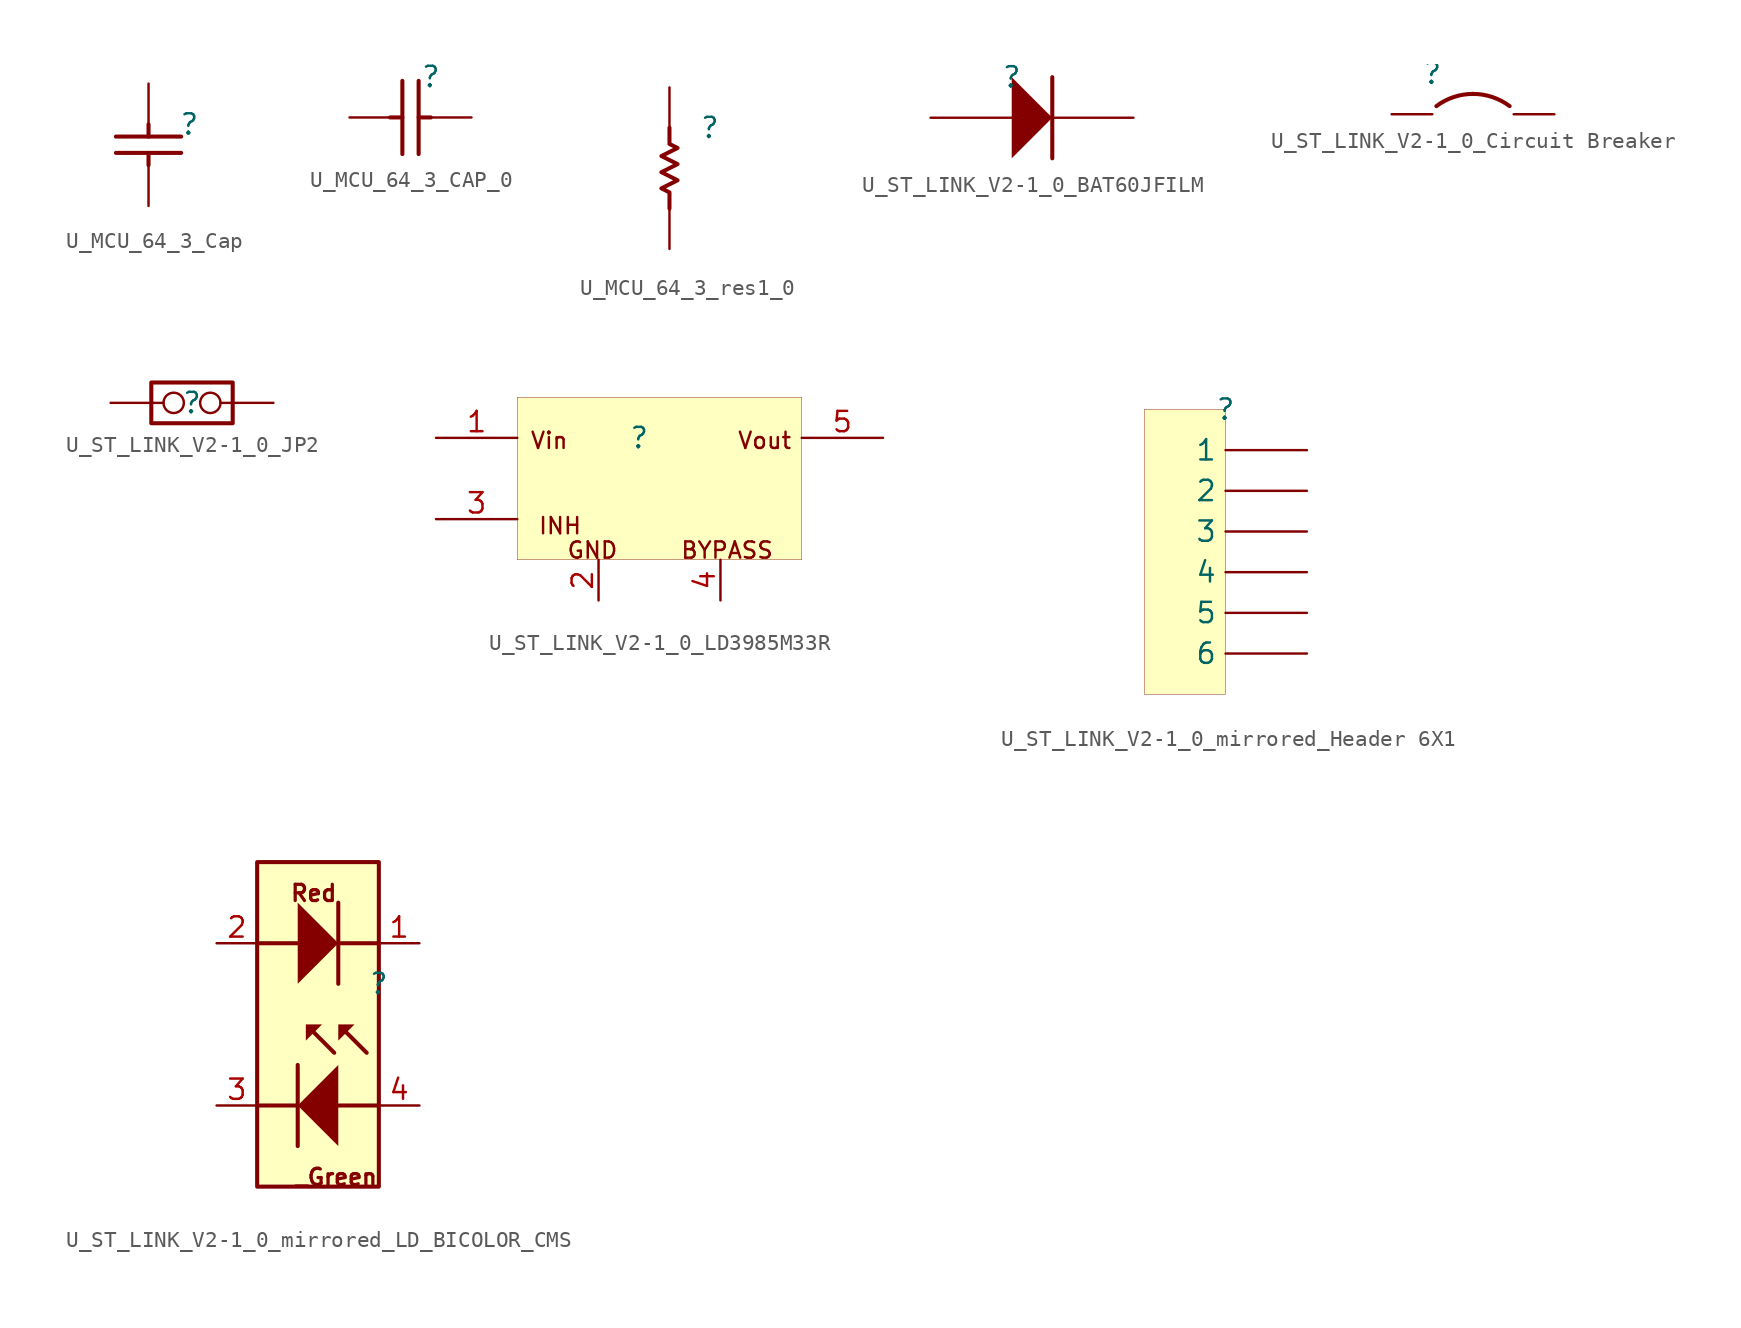
<source format=kicad_sym>
(kicad_symbol_lib
  (version 20231120)
  (generator "kicad_symbol_editor")
  (generator_version "8.0")
  (symbol "U_MCU_64_3_Cap"
    (property "Reference" ""
      (at 0 0 0)
      (effects (font (size 1.27 1.27))))
    (property "Value" ""
      (at 0 0 0)
      (effects (font (size 1.27 1.27))))
    (symbol "U_MCU_64_3_Cap_1_0"
      (polyline (pts (xy -4.572 -0.762) (xy -0.508 -0.762)) (stroke (width 0.254) (type solid)) (fill (type none)))
      (polyline (pts (xy -2.54 -2.54) (xy -2.54 -1.778)) (stroke (width 0.254) (type solid)) (fill (type none)))
      (polyline (pts (xy -2.54 0) (xy -2.54 -0.762)) (stroke (width 0.254) (type solid)) (fill (type none)))
      (polyline (pts (xy -0.508 -1.778) (xy -4.572 -1.778)) (stroke (width 0.254) (type solid)) (fill (type none)))
      (pin passive line (at -2.54 2.54 270) (length 2.54) (name "1" (effects (font (size 0 0)))) (number "1" (effects (font (size 0 0)))))
      (pin passive line (at -2.54 -5.08 90) (length 2.54) (name "2" (effects (font (size 0 0)))) (number "2" (effects (font (size 0 0)))))))
  (symbol "U_MCU_64_3_CAP_0"
    (property "Reference" ""
      (at 0 0 0)
      (effects (font (size 1.27 1.27))))
    (property "Value" ""
      (at 0 0 0)
      (effects (font (size 1.27 1.27))))
    (symbol "U_MCU_64_3_CAP_0_1_0"
      (polyline (pts (xy -1.778 -2.54) (xy -2.54 -2.54)) (stroke (width 0.254) (type solid)) (fill (type none)))
      (polyline (pts (xy -1.778 -0.254) (xy -1.778 -4.826)) (stroke (width 0.254) (type solid)) (fill (type none)))
      (polyline (pts (xy -0.762 -0.254) (xy -0.762 -4.826)) (stroke (width 0.254) (type solid)) (fill (type none)))
      (polyline (pts (xy 0 -2.54) (xy -0.762 -2.54)) (stroke (width 0.254) (type solid)) (fill (type none)))
      (pin passive line (at 2.54 -2.54 180) (length 2.54) (name "1" (effects (font (size 0 0)))) (number "1" (effects (font (size 0 0)))))
      (pin passive line (at -5.08 -2.54 0) (length 2.54) (name "2" (effects (font (size 0 0)))) (number "2" (effects (font (size 0 0)))))))
  (symbol "U_MCU_64_3_res1_0"
    (property "Reference" ""
      (at 0 0 0)
      (effects (font (size 1.27 1.27))))
    (property "Value" ""
      (at 0 0 0)
      (effects (font (size 1.27 1.27))))
    (symbol "U_MCU_64_3_res1_0_1_0"
      (polyline (pts (xy -2.54 -5.08) (xy -2.54 -4.064) (xy -3.048 -3.81) (xy -2.032 -3.302) (xy -3.048 -2.794) (xy -2.032 -2.286) (xy -3.048 -1.778) (xy -2.032 -1.27) (xy -2.54 -1.016) (xy -2.54 0)) (stroke (width 0.254) (type solid)) (fill (type none)))
      (pin passive line (at -2.54 2.54 270) (length 2.54) (name "1" (effects (font (size 0 0)))) (number "1" (effects (font (size 0 0)))))
      (pin passive line (at -2.54 -7.62 90) (length 2.54) (name "2" (effects (font (size 0 0)))) (number "2" (effects (font (size 0 0)))))))
  (symbol "U_ST_LINK_V2-1_0_BAT60JFILM"
    (property "Reference" ""
      (at 0 0 0)
      (effects (font (size 1.27 1.27))))
    (property "Value" ""
      (at 0 0 0)
      (effects (font (size 1.27 1.27))))
    (symbol "U_ST_LINK_V2-1_0_BAT60JFILM_1_0"
      (polyline (pts (xy 2.54 0) (xy 2.54 -5.08)) (stroke (width 0.254) (type solid)) (fill (type none)))
      (polyline (pts (xy 0 -5.08) (xy 2.54 -2.54) (xy 0 0) (xy 0 -5.08)) (stroke (width -0.0001) (type solid)) (fill (type outline)))
      (pin passive line (at -5.08 -2.54 0) (length 5.08) (name "A" (effects (font (size 0 0)))) (number "1" (effects (font (size 0 0)))))
      (pin passive line (at 7.62 -2.54 180) (length 5.08) (name "K" (effects (font (size 0 0)))) (number "2" (effects (font (size 0 0)))))))
  (symbol "U_ST_LINK_V2-1_0_Circuit Breaker"
    (property "Reference" ""
      (at 0 0 0)
      (effects (font (size 1.27 1.27))))
    (property "Value" ""
      (at 0 0 0)
      (effects (font (size 1.27 1.27))))
    (symbol "U_ST_LINK_V2-1_0_Circuit Breaker_1_0"
      (arc (start 2.54 -1.27) (mid 1.3352 -1.4655) (end 0.254 -2.032) (stroke (width 0.254) (type solid)) (fill (type none)))
      (arc (start 4.826 -2.032) (mid 3.7448 -1.4655) (end 2.54 -1.27) (stroke (width 0.254) (type solid)) (fill (type none)))
      (pin passive line (at -2.54 -2.54 0) (length 2.54) (name "1" (effects (font (size 0 0)))) (number "1" (effects (font (size 0 0)))))
      (pin passive line (at 7.62 -2.54 180) (length 2.54) (name "2" (effects (font (size 0 0)))) (number "2" (effects (font (size 0 0)))))))
  (symbol "U_ST_LINK_V2-1_0_JP2"
    (property "Reference" ""
      (at 0 0 0)
      (effects (font (size 1.27 1.27))))
    (property "Value" ""
      (at 0 0 0)
      (effects (font (size 1.27 1.27))))
    (symbol "U_ST_LINK_V2-1_0_JP2_1_0"
      (polyline (pts (xy -2.54 1.27) (xy 2.54 1.27) (xy 2.54 -1.27) (xy -2.54 -1.27) (xy -2.54 1.27)) (stroke (width 0.254) (type solid)) (fill (type none)))
      (pin passive inverted (at -5.08 0 0) (length 4.572) (name "COMMON" (effects (font (size 0 0)))) (number "1" (effects (font (size 0 0)))))
      (pin passive inverted (at 5.08 0 180) (length 4.572) (name "NO" (effects (font (size 0 0)))) (number "2" (effects (font (size 0 0)))))))
  (symbol "U_ST_LINK_V2-1_0_LD3985M33R"
    (property "Reference" ""
      (at 0 0 0)
      (effects (font (size 1.27 1.27))))
    (property "Value" ""
      (at 0 0 0)
      (effects (font (size 1.27 1.27))))
    (symbol "U_ST_LINK_V2-1_0_LD3985M33R_1_0"
      (rectangle (start 10.16 2.54) (end -7.62 -7.62) (stroke (width 0.025) (type solid) (color 128 0 0 1)) (fill (type background)))
      (text "BYPASS" (at 2.54 -7.62 0) (effects (font (size 1.016 1.016)) (justify left bottom)))
      (text "GND" (at -4.572 -7.62 0) (effects (font (size 1.016 1.016)) (justify left bottom)))
      (text "INH" (at -6.35 -6.096 0) (effects (font (size 1.016 1.016)) (justify left bottom)))
      (text "Vin" (at -6.858 -0.762 0) (effects (font (size 1.016 1.016)) (justify left bottom)))
      (text "Vout" (at 6.096 -0.762 0) (effects (font (size 1.016 1.016)) (justify left bottom)))
      (pin passive line (at -12.7 0 0) (length 5.08) (name "Vin" (effects (font (size 0 0)))) (number "1" (effects (font (size 1.27 1.27)))))
      (pin passive line (at -2.54 -10.16 90) (length 2.54) (name "GND" (effects (font (size 0 0)))) (number "2" (effects (font (size 1.27 1.27)))))
      (pin passive line (at -12.7 -5.08 0) (length 5.08) (name "CE" (effects (font (size 0 0)))) (number "3" (effects (font (size 1.27 1.27)))))
      (pin passive line (at 5.08 -10.16 90) (length 2.54) (name "BYPASS" (effects (font (size 0 0)))) (number "4" (effects (font (size 1.27 1.27)))))
      (pin passive line (at 15.24 0 180) (length 5.08) (name "Vout" (effects (font (size 0 0)))) (number "5" (effects (font (size 1.27 1.27)))))))
  (symbol "U_ST_LINK_V2-1_0_mirrored_Header 6X1"
    (property "Reference" ""
      (at 0 0 0)
      (effects (font (size 1.27 1.27))))
    (property "Value" ""
      (at 0 0 0)
      (effects (font (size 1.27 1.27))))
    (symbol "U_ST_LINK_V2-1_0_mirrored_Header 6X1_1_0"
      (rectangle (start 0 0) (end -5.08 -17.78) (stroke (width 0.025) (type solid) (color 128 0 0 1)) (fill (type background)))
      (pin passive line (at 5.08 -2.54 180) (length 5.08) (name "1" (effects (font (size 1.27 1.27)))) (number "1" (effects (font (size 0 0)))))
      (pin passive line (at 5.08 -5.08 180) (length 5.08) (name "2" (effects (font (size 1.27 1.27)))) (number "2" (effects (font (size 0 0)))))
      (pin passive line (at 5.08 -7.62 180) (length 5.08) (name "3" (effects (font (size 1.27 1.27)))) (number "3" (effects (font (size 0 0)))))
      (pin passive line (at 5.08 -10.16 180) (length 5.08) (name "4" (effects (font (size 1.27 1.27)))) (number "4" (effects (font (size 0 0)))))
      (pin passive line (at 5.08 -12.7 180) (length 5.08) (name "5" (effects (font (size 1.27 1.27)))) (number "5" (effects (font (size 0 0)))))
      (pin passive line (at 5.08 -15.24 180) (length 5.08) (name "6" (effects (font (size 1.27 1.27)))) (number "6" (effects (font (size 0 0)))))))
  (symbol "U_ST_LINK_V2-1_0_mirrored_LD_BICOLOR_CMS"
    (property "Reference" ""
      (at 0 0 0)
      (effects (font (size 1.27 1.27))))
    (property "Value" ""
      (at 0 0 0)
      (effects (font (size 1.27 1.27))))
    (symbol "U_ST_LINK_V2-1_0_mirrored_LD_BICOLOR_CMS_1_0"
      (polyline (pts (xy -5.08 -7.62) (xy -7.62 -7.62)) (stroke (width 0.254) (type solid)) (fill (type none)))
      (polyline (pts (xy -5.08 -5.08) (xy -5.08 -10.16)) (stroke (width 0.254) (type solid)) (fill (type none)))
      (polyline (pts (xy -5.08 2.54) (xy -7.62 2.54)) (stroke (width 0.254) (type solid)) (fill (type none)))
      (polyline (pts (xy -4.064 -3.048) (xy -2.794 -4.318)) (stroke (width 0.254) (type solid)) (fill (type none)))
      (polyline (pts (xy -2.54 5.08) (xy -2.54 0)) (stroke (width 0.254) (type solid)) (fill (type none)))
      (polyline (pts (xy -2.032 -3.048) (xy -0.762 -4.318)) (stroke (width 0.254) (type solid)) (fill (type none)))
      (polyline (pts (xy 0 -7.62) (xy -2.54 -7.62)) (stroke (width 0.254) (type solid)) (fill (type none)))
      (polyline (pts (xy 0 2.54) (xy -2.54 2.54)) (stroke (width 0.254) (type solid)) (fill (type none)))
      (polyline (pts (xy -5.08 5.08) (xy -5.08 0) (xy -2.54 2.54) (xy -5.08 5.08) (xy -5.08 5.08)) (stroke (width -0.0001) (type solid)) (fill (type outline)))
      (polyline (pts (xy -4.572 -2.54) (xy -3.556 -2.54) (xy -4.572 -3.556) (xy -4.572 -2.54) (xy -4.572 -2.54)) (stroke (width -0.0001) (type solid)) (fill (type outline)))
      (polyline (pts (xy -2.54 -5.08) (xy -2.54 -10.16) (xy -5.08 -7.62) (xy -2.54 -5.08) (xy -2.54 -5.08)) (stroke (width -0.0001) (type solid)) (fill (type outline)))
      (polyline (pts (xy -1.524 -2.54) (xy -2.54 -2.54) (xy -2.54 -3.556) (xy -1.524 -2.54) (xy -1.524 -2.54)) (stroke (width -0.0001) (type solid)) (fill (type outline)))
      (rectangle (start 0 7.62) (end -7.62 -12.7) (stroke (width 0.254) (type solid) (color 128 0 0 1)) (fill (type background)))
      (text "_Green" (at 0 -12.7 0) (effects (font (size 1.016 1.016) (thickness 0.203) (bold yes)) (justify right bottom)))
      (text "Red" (at -2.54 5.08 0) (effects (font (size 1.016 1.016) (thickness 0.203) (bold yes)) (justify right bottom)))
      (pin passive line (at 2.54 2.54 180) (length 2.54) (name "1" (effects (font (size 0 0)))) (number "1" (effects (font (size 1.27 1.27)))))
      (pin passive line (at -10.16 2.54 0) (length 2.54) (name "2" (effects (font (size 0 0)))) (number "2" (effects (font (size 1.27 1.27)))))
      (pin passive line (at -10.16 -7.62 0) (length 2.54) (name "3" (effects (font (size 0 0)))) (number "3" (effects (font (size 1.27 1.27)))))
      (pin passive line (at 2.54 -7.62 180) (length 2.54) (name "4" (effects (font (size 0 0)))) (number "4" (effects (font (size 1.27 1.27))))))))
</source>
